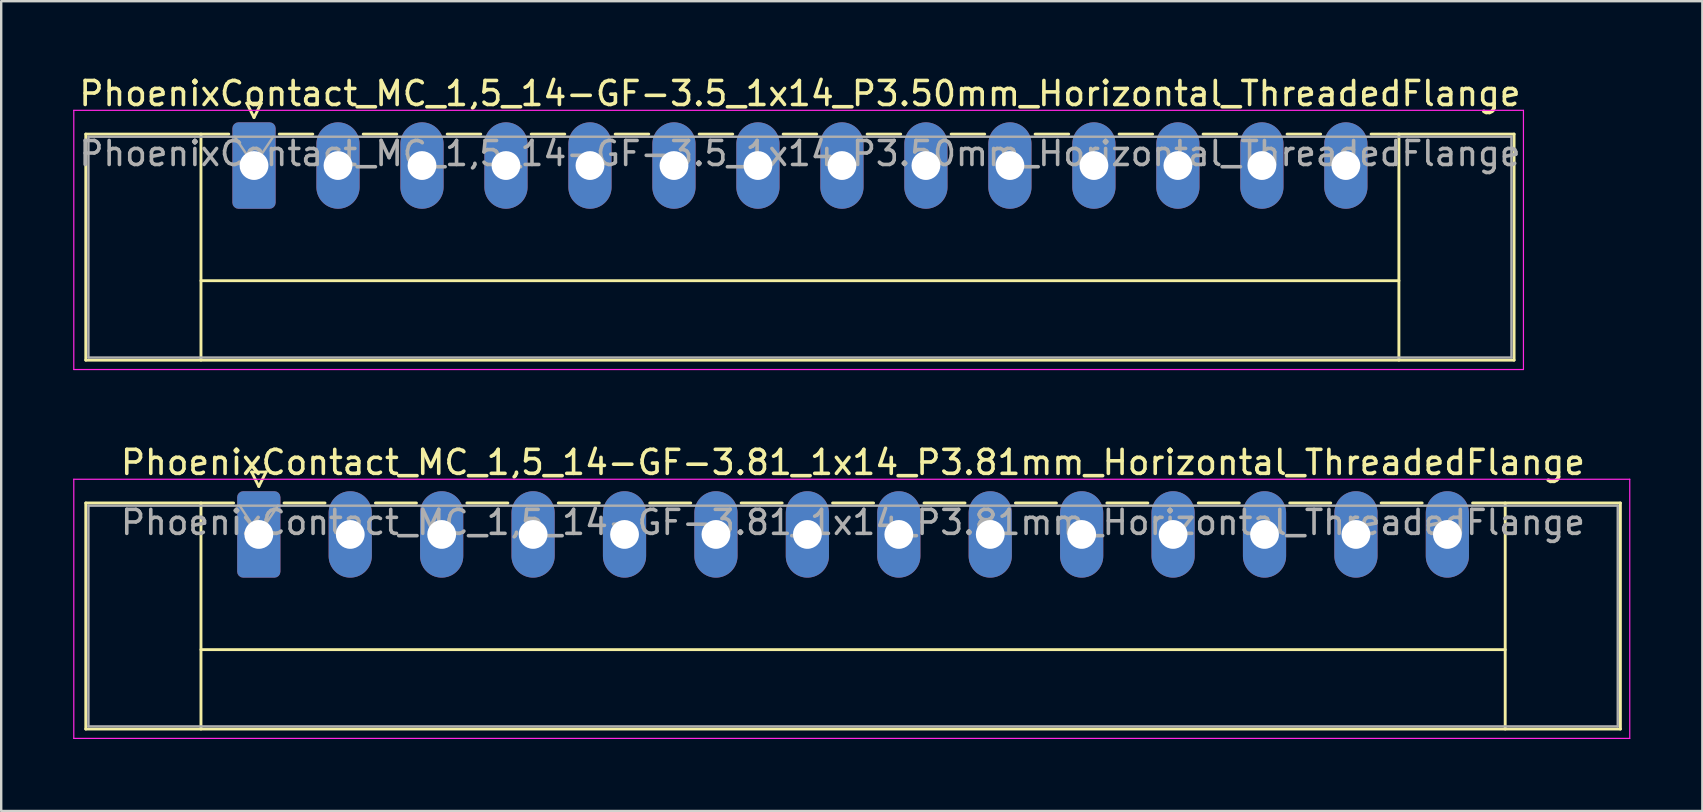
<source format=kicad_pcb>
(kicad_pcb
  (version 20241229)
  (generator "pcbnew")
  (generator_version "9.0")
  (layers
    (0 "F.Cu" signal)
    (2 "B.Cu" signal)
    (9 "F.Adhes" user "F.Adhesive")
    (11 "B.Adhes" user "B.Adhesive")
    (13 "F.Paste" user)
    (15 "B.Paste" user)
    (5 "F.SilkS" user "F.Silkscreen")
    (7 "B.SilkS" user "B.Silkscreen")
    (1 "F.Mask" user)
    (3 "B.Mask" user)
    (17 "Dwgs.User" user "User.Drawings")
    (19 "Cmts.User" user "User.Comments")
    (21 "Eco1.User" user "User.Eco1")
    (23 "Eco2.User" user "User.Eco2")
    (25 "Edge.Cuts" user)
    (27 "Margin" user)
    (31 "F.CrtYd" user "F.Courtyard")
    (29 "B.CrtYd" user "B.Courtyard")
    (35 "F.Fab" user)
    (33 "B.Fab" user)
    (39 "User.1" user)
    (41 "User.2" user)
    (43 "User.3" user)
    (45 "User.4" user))
  (footprint "PhoenixContact_MC_1,5_14-GF-3.5_1x14_P3.50mm_Horizontal_ThreadedFlange"
    (layer "F.Cu")
    (at 7.535 3.848)
    (property "Reference" "PhoenixContact_MC_1,5_14-GF-3.5_1x14_P3.50mm_Horizontal_ThreadedFlange" (at 22.75 -3 0) (layer "F.SilkS") (effects (font (size 1 1) (thickness 0.15))))
    (attr through_hole)
    (fp_line (start -7.01 -1.31) (end -7.01 8.11) (stroke (width 0.12) (type solid)) (layer "F.SilkS"))
    (fp_line (start -7.01 -1.31) (end -1.05 -1.31) (stroke (width 0.12) (type solid)) (layer "F.SilkS"))
    (fp_line (start -7.01 8.11) (end 52.51 8.11) (stroke (width 0.12) (type solid)) (layer "F.SilkS"))
    (fp_line (start -2.21 -1.31) (end -2.21 8.11) (stroke (width 0.12) (type solid)) (layer "F.SilkS"))
    (fp_line (start -2.21 4.8) (end 47.71 4.8) (stroke (width 0.12) (type solid)) (layer "F.SilkS"))
    (fp_line (start -0.3 -2.6) (end 0.3 -2.6) (stroke (width 0.12) (type solid)) (layer "F.SilkS"))
    (fp_line (start 0 -2) (end -0.3 -2.6) (stroke (width 0.12) (type solid)) (layer "F.SilkS"))
    (fp_line (start 0.3 -2.6) (end 0 -2) (stroke (width 0.12) (type solid)) (layer "F.SilkS"))
    (fp_line (start 1.05 -1.31) (end 2.45 -1.31) (stroke (width 0.12) (type solid)) (layer "F.SilkS"))
    (fp_line (start 4.55 -1.31) (end 5.95 -1.31) (stroke (width 0.12) (type solid)) (layer "F.SilkS"))
    (fp_line (start 8.05 -1.31) (end 9.45 -1.31) (stroke (width 0.12) (type solid)) (layer "F.SilkS"))
    (fp_line (start 11.55 -1.31) (end 12.95 -1.31) (stroke (width 0.12) (type solid)) (layer "F.SilkS"))
    (fp_line (start 15.05 -1.31) (end 16.45 -1.31) (stroke (width 0.12) (type solid)) (layer "F.SilkS"))
    (fp_line (start 18.55 -1.31) (end 19.95 -1.31) (stroke (width 0.12) (type solid)) (layer "F.SilkS"))
    (fp_line (start 22.05 -1.31) (end 23.45 -1.31) (stroke (width 0.12) (type solid)) (layer "F.SilkS"))
    (fp_line (start 25.55 -1.31) (end 26.95 -1.31) (stroke (width 0.12) (type solid)) (layer "F.SilkS"))
    (fp_line (start 29.05 -1.31) (end 30.45 -1.31) (stroke (width 0.12) (type solid)) (layer "F.SilkS"))
    (fp_line (start 32.55 -1.31) (end 33.95 -1.31) (stroke (width 0.12) (type solid)) (layer "F.SilkS"))
    (fp_line (start 36.05 -1.31) (end 37.45 -1.31) (stroke (width 0.12) (type solid)) (layer "F.SilkS"))
    (fp_line (start 39.55 -1.31) (end 40.95 -1.31) (stroke (width 0.12) (type solid)) (layer "F.SilkS"))
    (fp_line (start 43.05 -1.31) (end 44.45 -1.31) (stroke (width 0.12) (type solid)) (layer "F.SilkS"))
    (fp_line (start 47.71 -1.31) (end 47.71 8.11) (stroke (width 0.12) (type solid)) (layer "F.SilkS"))
    (fp_line (start 52.51 -1.31) (end 46.55 -1.31) (stroke (width 0.12) (type solid)) (layer "F.SilkS"))
    (fp_line (start 52.51 8.11) (end 52.51 -1.31) (stroke (width 0.12) (type solid)) (layer "F.SilkS"))
    (fp_line (start -7.51 -2.3) (end -7.51 8.5) (stroke (width 0.05) (type solid)) (layer "F.CrtYd"))
    (fp_line (start -7.51 8.5) (end 52.9 8.5) (stroke (width 0.05) (type solid)) (layer "F.CrtYd"))
    (fp_line (start 52.9 -2.3) (end -7.51 -2.3) (stroke (width 0.05) (type solid)) (layer "F.CrtYd"))
    (fp_line (start 52.9 8.5) (end 52.9 -2.3) (stroke (width 0.05) (type solid)) (layer "F.CrtYd"))
    (fp_line (start -6.9 -1.2) (end -6.9 8) (stroke (width 0.1) (type solid)) (layer "F.Fab"))
    (fp_line (start -6.9 8) (end 52.4 8) (stroke (width 0.1) (type solid)) (layer "F.Fab"))
    (fp_line (start 0 0) (end -0.8 -1.2) (stroke (width 0.1) (type solid)) (layer "F.Fab"))
    (fp_line (start 0.8 -1.2) (end 0 0) (stroke (width 0.1) (type solid)) (layer "F.Fab"))
    (fp_line (start 52.4 -1.2) (end -6.9 -1.2) (stroke (width 0.1) (type solid)) (layer "F.Fab"))
    (fp_line (start 52.4 8) (end 52.4 -1.2) (stroke (width 0.1) (type solid)) (layer "F.Fab"))
    (fp_text user "${REFERENCE}" (at 22.75 -0.5 0) (layer "F.Fab") (effects (font (size 1 1) (thickness 0.15))))
    (pad "1" thru_hole roundrect (at 0 0) (size 1.8 3.6) (drill 1.2) (layers "*.Cu" "*.Mask") (roundrect_rratio 0.139))
    (pad "2" thru_hole oval (at 3.5 0) (size 1.8 3.6) (drill 1.2) (layers "*.Cu" "*.Mask"))
    (pad "3" thru_hole oval (at 7 0) (size 1.8 3.6) (drill 1.2) (layers "*.Cu" "*.Mask"))
    (pad "4" thru_hole oval (at 10.5 0) (size 1.8 3.6) (drill 1.2) (layers "*.Cu" "*.Mask"))
    (pad "5" thru_hole oval (at 14 0) (size 1.8 3.6) (drill 1.2) (layers "*.Cu" "*.Mask"))
    (pad "6" thru_hole oval (at 17.5 0) (size 1.8 3.6) (drill 1.2) (layers "*.Cu" "*.Mask"))
    (pad "7" thru_hole oval (at 21 0) (size 1.8 3.6) (drill 1.2) (layers "*.Cu" "*.Mask"))
    (pad "8" thru_hole oval (at 24.5 0) (size 1.8 3.6) (drill 1.2) (layers "*.Cu" "*.Mask"))
    (pad "9" thru_hole oval (at 28 0) (size 1.8 3.6) (drill 1.2) (layers "*.Cu" "*.Mask"))
    (pad "10" thru_hole oval (at 31.5 0) (size 1.8 3.6) (drill 1.2) (layers "*.Cu" "*.Mask"))
    (pad "11" thru_hole oval (at 35 0) (size 1.8 3.6) (drill 1.2) (layers "*.Cu" "*.Mask"))
    (pad "12" thru_hole oval (at 38.5 0) (size 1.8 3.6) (drill 1.2) (layers "*.Cu" "*.Mask"))
    (pad "13" thru_hole oval (at 42 0) (size 1.8 3.6) (drill 1.2) (layers "*.Cu" "*.Mask"))
    (pad "14" thru_hole oval (at 45.5 0) (size 1.8 3.6) (drill 1.2) (layers "*.Cu" "*.Mask")))
  (footprint "PhoenixContact_MC_1,5_14-GF-3.81_1x14_P3.81mm_Horizontal_ThreadedFlange"
    (layer "F.Cu")
    (at 7.735 19.221)
    (property "Reference" "PhoenixContact_MC_1,5_14-GF-3.81_1x14_P3.81mm_Horizontal_ThreadedFlange" (at 24.76 -3 0) (layer "F.SilkS") (effects (font (size 1 1) (thickness 0.15))))
    (attr through_hole)
    (fp_line (start -7.21 -1.31) (end -7.21 8.11) (stroke (width 0.12) (type solid)) (layer "F.SilkS"))
    (fp_line (start -7.21 -1.31) (end -1.05 -1.31) (stroke (width 0.12) (type solid)) (layer "F.SilkS"))
    (fp_line (start -7.21 8.11) (end 56.74 8.11) (stroke (width 0.12) (type solid)) (layer "F.SilkS"))
    (fp_line (start -2.41 -1.31) (end -2.41 8.11) (stroke (width 0.12) (type solid)) (layer "F.SilkS"))
    (fp_line (start -2.41 4.8) (end 51.94 4.8) (stroke (width 0.12) (type solid)) (layer "F.SilkS"))
    (fp_line (start -0.3 -2.6) (end 0.3 -2.6) (stroke (width 0.12) (type solid)) (layer "F.SilkS"))
    (fp_line (start 0 -2) (end -0.3 -2.6) (stroke (width 0.12) (type solid)) (layer "F.SilkS"))
    (fp_line (start 0.3 -2.6) (end 0 -2) (stroke (width 0.12) (type solid)) (layer "F.SilkS"))
    (fp_line (start 1.05 -1.31) (end 2.76 -1.31) (stroke (width 0.12) (type solid)) (layer "F.SilkS"))
    (fp_line (start 4.86 -1.31) (end 6.57 -1.31) (stroke (width 0.12) (type solid)) (layer "F.SilkS"))
    (fp_line (start 8.67 -1.31) (end 10.38 -1.31) (stroke (width 0.12) (type solid)) (layer "F.SilkS"))
    (fp_line (start 12.48 -1.31) (end 14.19 -1.31) (stroke (width 0.12) (type solid)) (layer "F.SilkS"))
    (fp_line (start 16.29 -1.31) (end 18 -1.31) (stroke (width 0.12) (type solid)) (layer "F.SilkS"))
    (fp_line (start 20.1 -1.31) (end 21.81 -1.31) (stroke (width 0.12) (type solid)) (layer "F.SilkS"))
    (fp_line (start 23.91 -1.31) (end 25.62 -1.31) (stroke (width 0.12) (type solid)) (layer "F.SilkS"))
    (fp_line (start 27.72 -1.31) (end 29.43 -1.31) (stroke (width 0.12) (type solid)) (layer "F.SilkS"))
    (fp_line (start 31.53 -1.31) (end 33.24 -1.31) (stroke (width 0.12) (type solid)) (layer "F.SilkS"))
    (fp_line (start 35.34 -1.31) (end 37.05 -1.31) (stroke (width 0.12) (type solid)) (layer "F.SilkS"))
    (fp_line (start 39.15 -1.31) (end 40.86 -1.31) (stroke (width 0.12) (type solid)) (layer "F.SilkS"))
    (fp_line (start 42.96 -1.31) (end 44.67 -1.31) (stroke (width 0.12) (type solid)) (layer "F.SilkS"))
    (fp_line (start 46.77 -1.31) (end 48.48 -1.31) (stroke (width 0.12) (type solid)) (layer "F.SilkS"))
    (fp_line (start 51.94 -1.31) (end 51.94 8.11) (stroke (width 0.12) (type solid)) (layer "F.SilkS"))
    (fp_line (start 56.74 -1.31) (end 50.58 -1.31) (stroke (width 0.12) (type solid)) (layer "F.SilkS"))
    (fp_line (start 56.74 8.11) (end 56.74 -1.31) (stroke (width 0.12) (type solid)) (layer "F.SilkS"))
    (fp_line (start -7.71 -2.3) (end -7.71 8.5) (stroke (width 0.05) (type solid)) (layer "F.CrtYd"))
    (fp_line (start -7.71 8.5) (end 57.13 8.5) (stroke (width 0.05) (type solid)) (layer "F.CrtYd"))
    (fp_line (start 57.13 -2.3) (end -7.71 -2.3) (stroke (width 0.05) (type solid)) (layer "F.CrtYd"))
    (fp_line (start 57.13 8.5) (end 57.13 -2.3) (stroke (width 0.05) (type solid)) (layer "F.CrtYd"))
    (fp_line (start -7.1 -1.2) (end -7.1 8) (stroke (width 0.1) (type solid)) (layer "F.Fab"))
    (fp_line (start -7.1 8) (end 56.63 8) (stroke (width 0.1) (type solid)) (layer "F.Fab"))
    (fp_line (start 0 0) (end -0.8 -1.2) (stroke (width 0.1) (type solid)) (layer "F.Fab"))
    (fp_line (start 0.8 -1.2) (end 0 0) (stroke (width 0.1) (type solid)) (layer "F.Fab"))
    (fp_line (start 56.63 -1.2) (end -7.1 -1.2) (stroke (width 0.1) (type solid)) (layer "F.Fab"))
    (fp_line (start 56.63 8) (end 56.63 -1.2) (stroke (width 0.1) (type solid)) (layer "F.Fab"))
    (fp_text user "${REFERENCE}" (at 24.76 -0.5 0) (layer "F.Fab") (effects (font (size 1 1) (thickness 0.15))))
    (pad "1" thru_hole roundrect (at 0 0) (size 1.8 3.6) (drill 1.2) (layers "*.Cu" "*.Mask") (roundrect_rratio 0.139))
    (pad "2" thru_hole oval (at 3.81 0) (size 1.8 3.6) (drill 1.2) (layers "*.Cu" "*.Mask"))
    (pad "3" thru_hole oval (at 7.62 0) (size 1.8 3.6) (drill 1.2) (layers "*.Cu" "*.Mask"))
    (pad "4" thru_hole oval (at 11.43 0) (size 1.8 3.6) (drill 1.2) (layers "*.Cu" "*.Mask"))
    (pad "5" thru_hole oval (at 15.24 0) (size 1.8 3.6) (drill 1.2) (layers "*.Cu" "*.Mask"))
    (pad "6" thru_hole oval (at 19.05 0) (size 1.8 3.6) (drill 1.2) (layers "*.Cu" "*.Mask"))
    (pad "7" thru_hole oval (at 22.86 0) (size 1.8 3.6) (drill 1.2) (layers "*.Cu" "*.Mask"))
    (pad "8" thru_hole oval (at 26.67 0) (size 1.8 3.6) (drill 1.2) (layers "*.Cu" "*.Mask"))
    (pad "9" thru_hole oval (at 30.48 0) (size 1.8 3.6) (drill 1.2) (layers "*.Cu" "*.Mask"))
    (pad "10" thru_hole oval (at 34.29 0) (size 1.8 3.6) (drill 1.2) (layers "*.Cu" "*.Mask"))
    (pad "11" thru_hole oval (at 38.1 0) (size 1.8 3.6) (drill 1.2) (layers "*.Cu" "*.Mask"))
    (pad "12" thru_hole oval (at 41.91 0) (size 1.8 3.6) (drill 1.2) (layers "*.Cu" "*.Mask"))
    (pad "13" thru_hole oval (at 45.72 0) (size 1.8 3.6) (drill 1.2) (layers "*.Cu" "*.Mask"))
    (pad "14" thru_hole oval (at 49.53 0) (size 1.8 3.6) (drill 1.2) (layers "*.Cu" "*.Mask")))
  (gr_rect
    (start -3 -3)
    (end 67.89 30.747)
    (stroke (width 0.1) (type default))
    (fill no)
    (layer "Edge.Cuts")))
</source>
